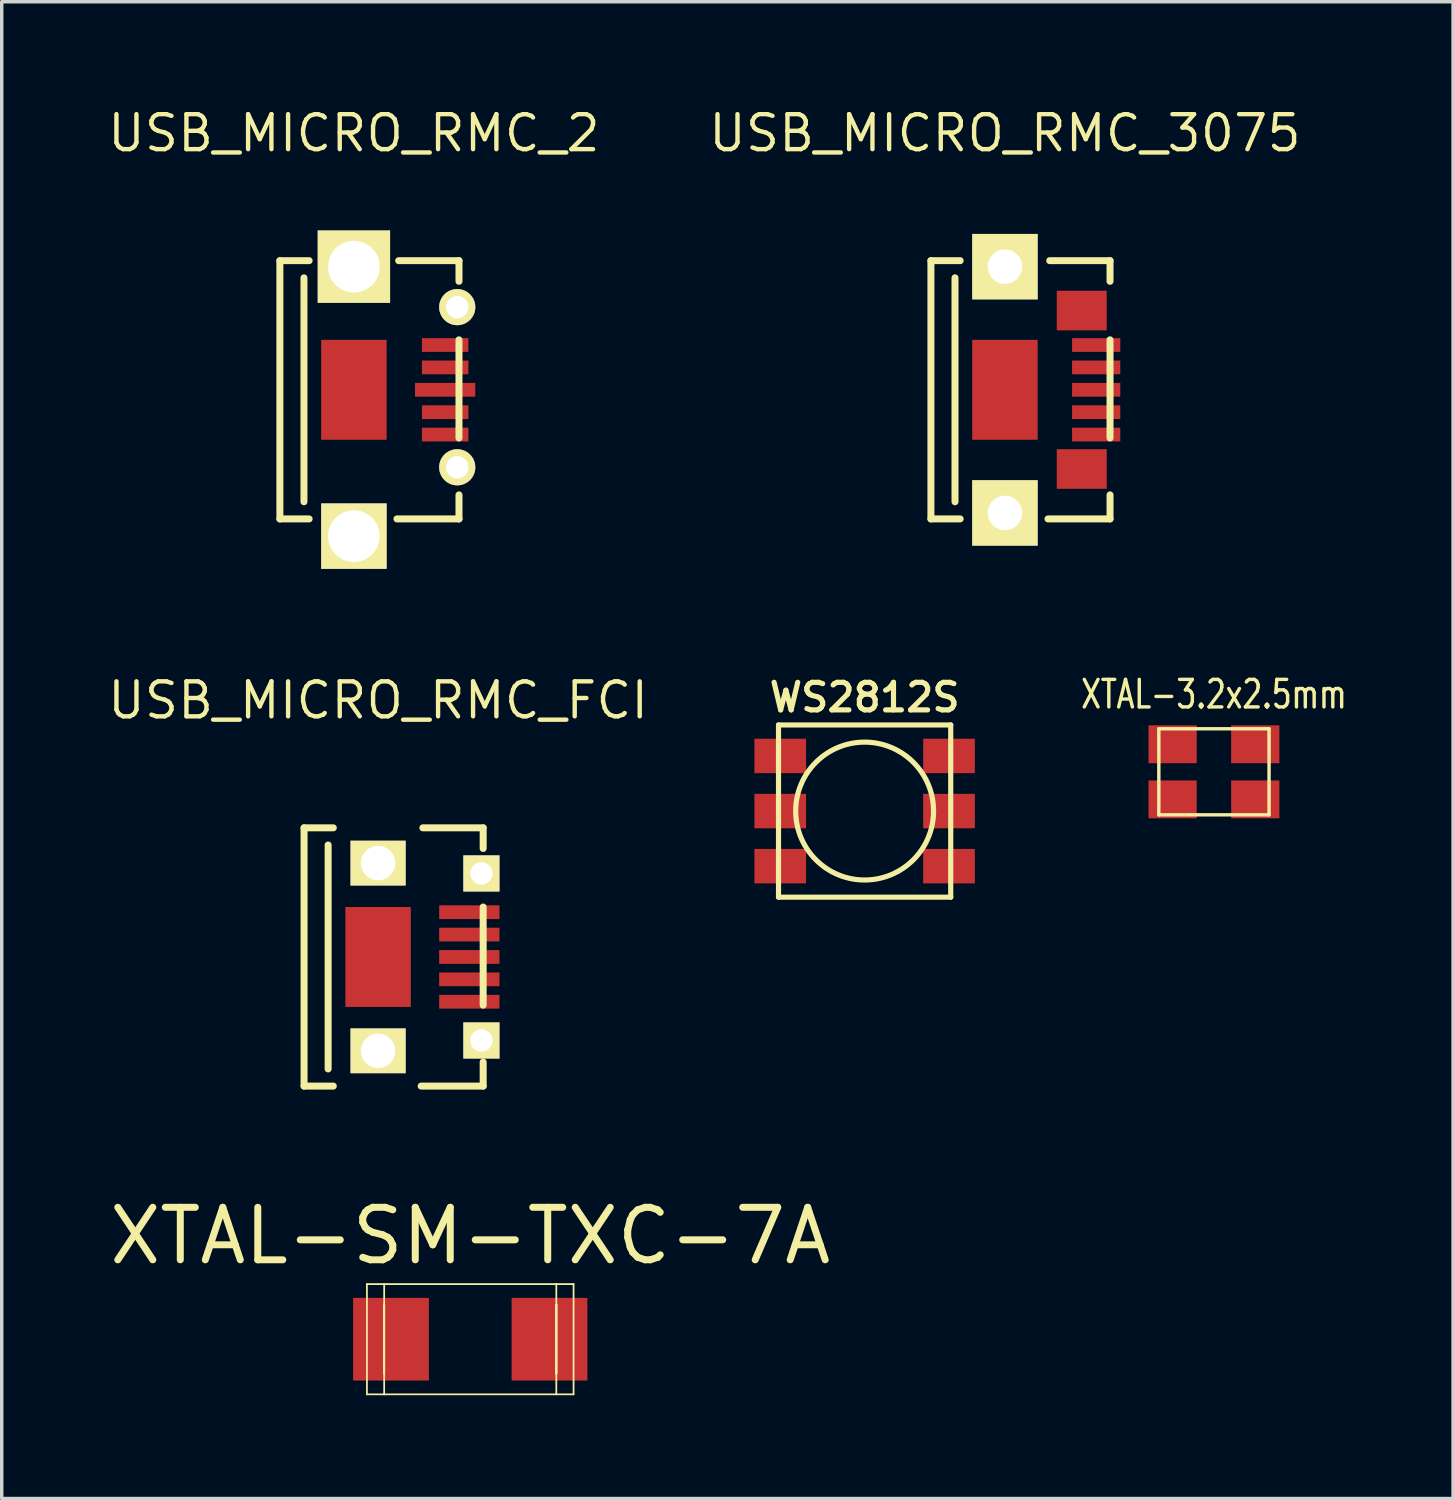
<source format=kicad_pcb>
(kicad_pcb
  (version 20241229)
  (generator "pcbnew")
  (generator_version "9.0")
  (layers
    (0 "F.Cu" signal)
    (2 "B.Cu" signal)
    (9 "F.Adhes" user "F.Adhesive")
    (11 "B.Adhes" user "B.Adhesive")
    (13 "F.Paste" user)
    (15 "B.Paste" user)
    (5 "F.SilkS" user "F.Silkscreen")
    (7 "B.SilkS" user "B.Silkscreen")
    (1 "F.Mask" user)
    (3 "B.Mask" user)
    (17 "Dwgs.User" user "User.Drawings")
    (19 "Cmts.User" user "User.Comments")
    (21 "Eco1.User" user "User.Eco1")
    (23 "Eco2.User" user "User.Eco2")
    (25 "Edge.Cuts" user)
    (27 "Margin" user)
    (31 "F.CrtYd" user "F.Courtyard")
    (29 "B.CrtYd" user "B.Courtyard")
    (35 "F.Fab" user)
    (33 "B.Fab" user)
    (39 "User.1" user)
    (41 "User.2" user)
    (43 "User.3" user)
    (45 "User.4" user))
  (footprint "XTAL-SM-TXC-7A"
    (layer "F.Cu")
    (at 10.603 35.832)
    (property "Reference" "XTAL-SM-TXC-7A" (at 0 -3 0) (layer "F.SilkS") (effects (font (size 1.524 1.524) (thickness 0.203))))
    (attr through_hole)
    (fp_line (start -3 -1.6) (end -2.499 -1.6) (stroke (width 0.051) (type solid)) (layer "F.SilkS"))
    (fp_line (start -3 1.6) (end -3 -1.6) (stroke (width 0.051) (type solid)) (layer "F.SilkS"))
    (fp_line (start -2.502 0.996) (end -2.502 -1.003) (stroke (width 0.051) (type solid)) (layer "F.SilkS"))
    (fp_line (start -2.499 -1.6) (end 2.499 -1.6) (stroke (width 0.051) (type solid)) (layer "F.SilkS"))
    (fp_line (start -2.499 0.996) (end -2.499 -1.003) (stroke (width 0.051) (type solid)) (layer "F.SilkS"))
    (fp_line (start -2.499 0.996) (end -2.499 -1.003) (stroke (width 0.051) (type solid)) (layer "F.SilkS"))
    (fp_line (start -2.499 0.996) (end -2.499 -1.003) (stroke (width 0.051) (type solid)) (layer "F.SilkS"))
    (fp_line (start -2.499 1.6) (end -3 1.6) (stroke (width 0.051) (type solid)) (layer "F.SilkS"))
    (fp_line (start -2.499 1.6) (end -2.499 -1.6) (stroke (width 0.051) (type solid)) (layer "F.SilkS"))
    (fp_line (start 2.499 -1.6) (end 2.499 1.6) (stroke (width 0.051) (type solid)) (layer "F.SilkS"))
    (fp_line (start 2.499 -1.6) (end 3 -1.6) (stroke (width 0.051) (type solid)) (layer "F.SilkS"))
    (fp_line (start 2.499 -1.001) (end 2.499 0.998) (stroke (width 0.051) (type solid)) (layer "F.SilkS"))
    (fp_line (start 2.499 -1.001) (end 2.499 0.998) (stroke (width 0.051) (type solid)) (layer "F.SilkS"))
    (fp_line (start 2.499 -1.001) (end 2.499 0.998) (stroke (width 0.051) (type solid)) (layer "F.SilkS"))
    (fp_line (start 2.499 -1.001) (end 2.499 0.998) (stroke (width 0.051) (type solid)) (layer "F.SilkS"))
    (fp_line (start 2.499 1.6) (end -2.499 1.6) (stroke (width 0.051) (type solid)) (layer "F.SilkS"))
    (fp_line (start 3 -1.6) (end 3 1.6) (stroke (width 0.051) (type solid)) (layer "F.SilkS"))
    (fp_line (start 3 1.6) (end 2.499 1.6) (stroke (width 0.051) (type solid)) (layer "F.SilkS"))
    (pad "1" smd rect (at -2.301 0) (size 2.2 2.4) (layers "F.Cu" "F.Mask" "F.Paste"))
    (pad "2" smd rect (at 2.301 0) (size 2.2 2.4) (layers "F.Cu" "F.Mask" "F.Paste")))
  (footprint "WS2812S"
    (layer "F.Cu")
    (at 22.053 20.498)
    (property "Reference" "WS2812S" (at 0 -3.3 0) (layer "F.SilkS") (effects (font (size 0.8 0.8) (thickness 0.15))))
    (attr through_hole)
    (fp_line (start -2.5 -2.5) (end 2.5 -2.5) (stroke (width 0.15) (type solid)) (layer "F.SilkS"))
    (fp_line (start -2.5 2.5) (end -2.5 -2.5) (stroke (width 0.15) (type solid)) (layer "F.SilkS"))
    (fp_line (start 2.5 -2.5) (end 2.5 2.5) (stroke (width 0.15) (type solid)) (layer "F.SilkS"))
    (fp_line (start 2.5 2.5) (end -2.5 2.5) (stroke (width 0.15) (type solid)) (layer "F.SilkS"))
    (fp_circle (center 0 0) (end -1.999 0.099) (stroke (width 0.15) (type solid)) (fill no) (layer "F.SilkS"))
    (pad "1" smd rect (at -2.45 -1.6) (size 1.5 1) (layers "F.Cu" "F.Mask" "F.Paste"))
    (pad "2" smd rect (at -2.45 0) (size 1.5 1) (layers "F.Cu" "F.Mask" "F.Paste"))
    (pad "3" smd rect (at -2.45 1.6) (size 1.5 1) (layers "F.Cu" "F.Mask" "F.Paste"))
    (pad "4" smd rect (at 2.45 1.6) (size 1.5 1) (layers "F.Cu" "F.Mask" "F.Paste"))
    (pad "5" smd rect (at 2.45 0) (size 1.5 1) (layers "F.Cu" "F.Mask" "F.Paste"))
    (pad "6" smd rect (at 2.45 -1.6) (size 1.5 1) (layers "F.Cu" "F.Mask" "F.Paste")))
  (footprint "USB_MICRO_RMC_3075"
    (layer "F.Cu")
    (at 26.127 8.267)
    (property "Reference" "USB_MICRO_RMC_3075" (at 0 -7.45 0) (layer "F.SilkS") (effects (font (size 1.016 1.016) (thickness 0.127))))
    (attr through_hole)
    (fp_line (start -2.149 -3.749) (end -1.3 -3.749) (stroke (width 0.203) (type solid)) (layer "F.SilkS"))
    (fp_line (start -2.149 3.749) (end -2.149 -3.749) (stroke (width 0.203) (type solid)) (layer "F.SilkS"))
    (fp_line (start -2.149 3.749) (end -1.3 3.749) (stroke (width 0.203) (type solid)) (layer "F.SilkS"))
    (fp_line (start -1.45 -3.251) (end -1.45 3.251) (stroke (width 0.203) (type solid)) (layer "F.SilkS"))
    (fp_line (start 1.25 3.749) (end 3.051 3.749) (stroke (width 0.203) (type solid)) (layer "F.SilkS"))
    (fp_line (start 1.3 -3.749) (end 3.051 -3.749) (stroke (width 0.203) (type solid)) (layer "F.SilkS"))
    (fp_line (start 3.051 -3.749) (end 3.051 -3.15) (stroke (width 0.203) (type solid)) (layer "F.SilkS"))
    (fp_line (start 3.051 -1.45) (end 3.051 1.4) (stroke (width 0.203) (type solid)) (layer "F.SilkS"))
    (fp_line (start 3.051 3.749) (end 3.051 3.051) (stroke (width 0.203) (type solid)) (layer "F.SilkS"))
    (pad "1" smd rect (at 2.649 -1.3) (size 1.4 0.399) (layers "F.Cu" "F.Mask" "F.Paste"))
    (pad "2" smd rect (at 2.649 -0.65) (size 1.4 0.399) (layers "F.Cu" "F.Mask" "F.Paste"))
    (pad "3" smd rect (at 2.649 0) (size 1.4 0.4) (layers "F.Cu" "F.Mask" "F.Paste"))
    (pad "4" smd rect (at 2.649 1.3) (size 1.4 0.399) (layers "F.Cu" "F.Mask" "F.Paste"))
    (pad "5" thru_hole rect (at 0 -3.575) (size 1.9 1.9) (drill 1) (layers "*.Cu" "*.Mask" "F.SilkS"))
    (pad "5" smd rect (at 0 0) (size 1.9 2.901) (layers "F.Cu" "F.Mask" "F.Paste"))
    (pad "5" thru_hole rect (at 0 3.575) (size 1.9 1.9) (drill 1) (layers "*.Cu" "*.Mask" "F.SilkS"))
    (pad "5" smd rect (at 2.23 -2.3) (size 1.45 1.15) (layers "F.Cu" "F.Mask" "F.Paste"))
    (pad "5" smd rect (at 2.23 2.3) (size 1.45 1.15) (layers "F.Cu" "F.Mask" "F.Paste"))
    (pad "6" smd rect (at 2.649 0.65) (size 1.4 0.399) (layers "F.Cu" "F.Mask" "F.Paste")))
  (footprint "USB_MICRO_RMC_2"
    (layer "F.Cu")
    (at 7.225 8.267)
    (property "Reference" "USB_MICRO_RMC_2" (at 0 -7.45 0) (layer "F.SilkS") (effects (font (size 1.016 1.016) (thickness 0.127))))
    (attr through_hole)
    (fp_line (start -2.149 -3.749) (end -1.3 -3.749) (stroke (width 0.203) (type solid)) (layer "F.SilkS"))
    (fp_line (start -2.149 3.749) (end -2.149 -3.749) (stroke (width 0.203) (type solid)) (layer "F.SilkS"))
    (fp_line (start -2.149 3.749) (end -1.3 3.749) (stroke (width 0.203) (type solid)) (layer "F.SilkS"))
    (fp_line (start -1.45 -3.251) (end -1.45 3.251) (stroke (width 0.203) (type solid)) (layer "F.SilkS"))
    (fp_line (start 1.25 3.749) (end 3.051 3.749) (stroke (width 0.203) (type solid)) (layer "F.SilkS"))
    (fp_line (start 1.3 -3.749) (end 3.051 -3.749) (stroke (width 0.203) (type solid)) (layer "F.SilkS"))
    (fp_line (start 3.051 -3.749) (end 3.051 -3.15) (stroke (width 0.203) (type solid)) (layer "F.SilkS"))
    (fp_line (start 3.051 -1.45) (end 3.051 1.4) (stroke (width 0.203) (type solid)) (layer "F.SilkS"))
    (fp_line (start 3.051 3.749) (end 3.051 3.051) (stroke (width 0.203) (type solid)) (layer "F.SilkS"))
    (pad "1" smd rect (at 2.649 -1.3) (size 1.349 0.399) (layers "F.Cu" "F.Mask" "F.Paste"))
    (pad "2" smd rect (at 2.649 -0.65) (size 1.349 0.399) (layers "F.Cu" "F.Mask" "F.Paste"))
    (pad "3" smd rect (at 2.649 0) (size 1.75 0.4) (layers "F.Cu" "F.Mask" "F.Paste"))
    (pad "4" smd rect (at 2.649 1.3) (size 1.349 0.399) (layers "F.Cu" "F.Mask" "F.Paste"))
    (pad "5" thru_hole rect (at 0 -3.575) (size 2.101 2.101) (drill 1.501) (layers "*.Cu" "*.Mask" "F.SilkS"))
    (pad "5" smd rect (at 0 0) (size 1.9 2.901) (layers "F.Cu" "F.Mask" "F.Paste"))
    (pad "5" thru_hole rect (at 0 4.249) (size 1.9 1.9) (drill 1.501) (layers "*.Cu" "*.Mask" "F.SilkS"))
    (pad "5" thru_hole circle (at 3 -2.4) (size 1.049 1.049) (drill 0.65) (layers "*.Cu" "*.Mask" "F.SilkS"))
    (pad "5" thru_hole circle (at 3 2.25) (size 1.049 1.049) (drill 0.65) (layers "*.Cu" "*.Mask" "F.SilkS"))
    (pad "6" smd rect (at 2.649 0.65) (size 1.349 0.399) (layers "F.Cu" "F.Mask" "F.Paste")))
  (footprint "USB_MICRO_RMC_FCI"
    (layer "F.Cu")
    (at 7.927 24.734)
    (property "Reference" "USB_MICRO_RMC_FCI" (at 0 -7.45 0) (layer "F.SilkS") (effects (font (size 1.016 1.016) (thickness 0.127))))
    (attr through_hole)
    (fp_line (start -2.149 -3.749) (end -1.3 -3.749) (stroke (width 0.203) (type solid)) (layer "F.SilkS"))
    (fp_line (start -2.149 3.749) (end -2.149 -3.749) (stroke (width 0.203) (type solid)) (layer "F.SilkS"))
    (fp_line (start -2.149 3.749) (end -1.3 3.749) (stroke (width 0.203) (type solid)) (layer "F.SilkS"))
    (fp_line (start -1.45 -3.251) (end -1.45 3.251) (stroke (width 0.203) (type solid)) (layer "F.SilkS"))
    (fp_line (start 1.25 3.749) (end 3.051 3.749) (stroke (width 0.203) (type solid)) (layer "F.SilkS"))
    (fp_line (start 1.3 -3.749) (end 3.051 -3.749) (stroke (width 0.203) (type solid)) (layer "F.SilkS"))
    (fp_line (start 3.051 -3.749) (end 3.051 -3.15) (stroke (width 0.203) (type solid)) (layer "F.SilkS"))
    (fp_line (start 3.051 -1.45) (end 3.051 1.4) (stroke (width 0.203) (type solid)) (layer "F.SilkS"))
    (fp_line (start 3.051 3.749) (end 3.051 3.051) (stroke (width 0.203) (type solid)) (layer "F.SilkS"))
    (pad "1" smd rect (at 2.649 -1.3) (size 1.75 0.399) (layers "F.Cu" "F.Mask" "F.Paste"))
    (pad "2" smd rect (at 2.649 -0.65) (size 1.75 0.399) (layers "F.Cu" "F.Mask" "F.Paste"))
    (pad "3" smd rect (at 2.649 0) (size 1.75 0.4) (layers "F.Cu" "F.Mask" "F.Paste"))
    (pad "4" smd rect (at 2.649 1.3) (size 1.75 0.399) (layers "F.Cu" "F.Mask" "F.Paste"))
    (pad "5" thru_hole rect (at 0 -2.725) (size 1.6 1.3) (drill 1) (layers "*.Cu" "*.Mask" "F.SilkS"))
    (pad "5" smd rect (at 0 0) (size 1.9 2.901) (layers "F.Cu" "F.Mask" "F.Paste"))
    (pad "5" thru_hole rect (at 0 2.725) (size 1.6 1.3) (drill 1) (layers "*.Cu" "*.Mask" "F.SilkS"))
    (pad "5" thru_hole rect (at 3 -2.425) (size 1.049 1.049) (drill 0.65) (layers "*.Cu" "*.Mask" "F.SilkS"))
    (pad "5" thru_hole rect (at 3 2.425) (size 1.049 1.049) (drill 0.65) (layers "*.Cu" "*.Mask" "F.SilkS"))
    (pad "6" smd rect (at 2.649 0.65) (size 1.75 0.399) (layers "F.Cu" "F.Mask" "F.Paste")))
  (footprint "XTAL-3.2x2.5mm"
    (layer "F.Cu")
    (at 32.195 19.359)
    (property "Reference" "XTAL-3.2x2.5mm" (at 0 -2.25 0) (layer "F.SilkS") (effects (font (size 0.8 0.599) (thickness 0.099))))
    (attr through_hole)
    (fp_line (start -1.6 -1.25) (end 1.6 -1.25) (stroke (width 0.099) (type solid)) (layer "F.SilkS"))
    (fp_line (start -1.6 1.249) (end -1.6 -1.25) (stroke (width 0.099) (type solid)) (layer "F.SilkS"))
    (fp_line (start 1.6 -1.25) (end 1.6 1.249) (stroke (width 0.099) (type solid)) (layer "F.SilkS"))
    (fp_line (start 1.6 1.249) (end -1.6 1.249) (stroke (width 0.099) (type solid)) (layer "F.SilkS"))
    (pad "1" smd rect (at -1.2 0.8) (size 1.4 1.1) (layers "F.Cu" "F.Mask" "F.Paste"))
    (pad "2" smd rect (at 1.2 0.8) (size 1.4 1.1) (layers "F.Cu" "F.Mask" "F.Paste"))
    (pad "3" smd rect (at 1.2 -0.8) (size 1.4 1.1) (layers "F.Cu" "F.Mask" "F.Paste"))
    (pad "4" smd rect (at -1.2 -0.8) (size 1.4 1.1) (layers "F.Cu" "F.Mask" "F.Paste")))
  (gr_rect
    (start -3 -3)
    (end 39.138 40.458)
    (stroke (width 0.1) (type default))
    (fill no)
    (layer "Edge.Cuts")))
</source>
